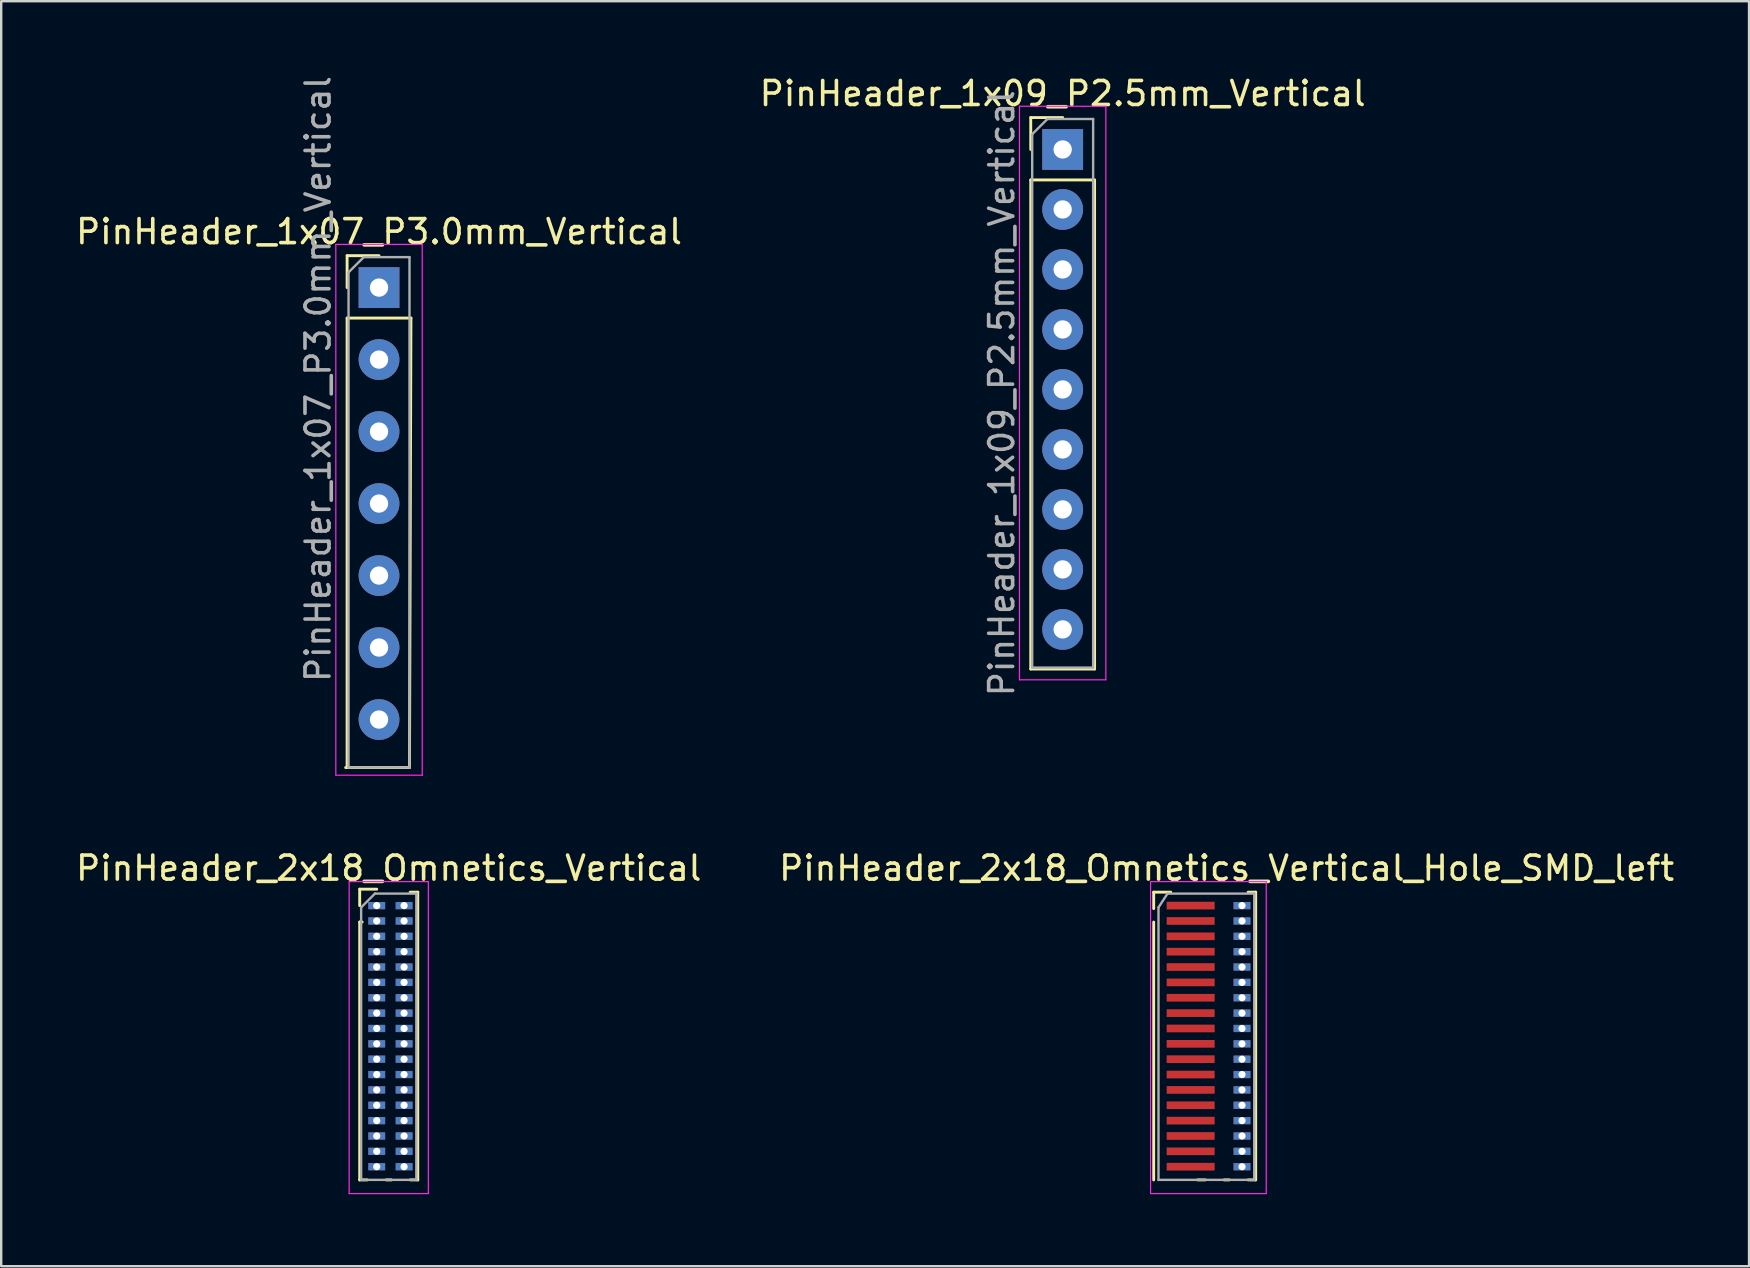
<source format=kicad_pcb>
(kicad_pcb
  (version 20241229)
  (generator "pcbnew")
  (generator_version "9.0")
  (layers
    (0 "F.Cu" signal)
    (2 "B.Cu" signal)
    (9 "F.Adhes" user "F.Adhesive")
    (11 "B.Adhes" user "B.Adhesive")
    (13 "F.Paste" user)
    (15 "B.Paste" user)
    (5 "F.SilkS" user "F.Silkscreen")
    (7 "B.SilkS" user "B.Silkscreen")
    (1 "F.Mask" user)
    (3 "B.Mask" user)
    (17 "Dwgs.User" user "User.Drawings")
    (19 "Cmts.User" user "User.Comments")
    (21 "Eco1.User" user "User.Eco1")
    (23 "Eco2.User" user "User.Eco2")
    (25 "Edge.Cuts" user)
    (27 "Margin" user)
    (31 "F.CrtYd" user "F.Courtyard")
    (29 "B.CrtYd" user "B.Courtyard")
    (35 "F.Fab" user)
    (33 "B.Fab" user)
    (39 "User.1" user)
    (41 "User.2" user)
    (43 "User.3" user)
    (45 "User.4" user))
  (footprint "PinHeader_2x18_Omnetics_Vertical"
    (layer "F.Cu")
    (at 12.649 34.687)
    (property "Reference" "PinHeader_2x18_Omnetics_Vertical" (at 0.5 -1.56 0) (layer "F.SilkS") (effects (font (size 1 1) (thickness 0.15))))
    (attr through_hole)
    (fp_line (start -0.71 -0.685) (end 0 -0.685) (stroke (width 0.12) (type solid)) (layer "F.SilkS"))
    (fp_line (start -0.71 0) (end -0.71 -0.685) (stroke (width 0.12) (type solid)) (layer "F.SilkS"))
    (fp_line (start -0.71 0.685) (end -0.71 11.43) (stroke (width 0.12) (type solid)) (layer "F.SilkS"))
    (fp_line (start -0.71 0.685) (end -0.608 0.685) (stroke (width 0.12) (type solid)) (layer "F.SilkS"))
    (fp_line (start -0.71 11.43) (end -0.394 11.43) (stroke (width 0.12) (type solid)) (layer "F.SilkS"))
    (fp_line (start 0.394 11.43) (end 0.606 11.43) (stroke (width 0.12) (type solid)) (layer "F.SilkS"))
    (fp_line (start 1.394 -0.56) (end 1.71 -0.56) (stroke (width 0.12) (type solid)) (layer "F.SilkS"))
    (fp_line (start 1.394 11.43) (end 1.71 11.43) (stroke (width 0.12) (type solid)) (layer "F.SilkS"))
    (fp_line (start 1.71 -0.56) (end 1.71 11.43) (stroke (width 0.12) (type solid)) (layer "F.SilkS"))
    (fp_line (start -1.15 -1) (end -1.15 12) (stroke (width 0.05) (type solid)) (layer "F.CrtYd"))
    (fp_line (start -1.15 12) (end 2.15 12) (stroke (width 0.05) (type solid)) (layer "F.CrtYd"))
    (fp_line (start 2.15 -1) (end -1.15 -1) (stroke (width 0.05) (type solid)) (layer "F.CrtYd"))
    (fp_line (start 2.15 12) (end 2.15 -1) (stroke (width 0.05) (type solid)) (layer "F.CrtYd"))
    (fp_line (start -0.65 0.075) (end -0.075 -0.5) (stroke (width 0.1) (type solid)) (layer "F.Fab"))
    (fp_line (start -0.65 11.43) (end -0.65 0.075) (stroke (width 0.1) (type solid)) (layer "F.Fab"))
    (fp_line (start -0.075 -0.5) (end 1.65 -0.5) (stroke (width 0.1) (type solid)) (layer "F.Fab"))
    (fp_line (start 1.65 -0.5) (end 1.65 11.43) (stroke (width 0.1) (type solid)) (layer "F.Fab"))
    (fp_line (start 1.65 11.43) (end -0.65 11.43) (stroke (width 0.1) (type solid)) (layer "F.Fab"))
    (pad "1" thru_hole rect (at 1.14 0) (size 0.7 0.3) (drill 0.3) (layers "*.Cu" "*.Mask"))
    (pad "2" thru_hole rect (at 0 0) (size 0.7 0.3) (drill 0.3) (layers "*.Cu" "*.Mask"))
    (pad "3" thru_hole rect (at 1.14 0.64) (size 0.7 0.3) (drill 0.3) (layers "*.Cu" "*.Mask"))
    (pad "4" thru_hole rect (at 0 0.64) (size 0.7 0.3) (drill 0.3) (layers "*.Cu" "*.Mask"))
    (pad "5" thru_hole rect (at 1.14 1.28) (size 0.7 0.3) (drill 0.3) (layers "*.Cu" "*.Mask"))
    (pad "6" thru_hole rect (at 0 1.28) (size 0.7 0.3) (drill 0.3) (layers "*.Cu" "*.Mask"))
    (pad "7" thru_hole rect (at 1.14 1.92) (size 0.7 0.3) (drill 0.3) (layers "*.Cu" "*.Mask"))
    (pad "8" thru_hole rect (at 0 1.92) (size 0.7 0.3) (drill 0.3) (layers "*.Cu" "*.Mask"))
    (pad "9" thru_hole rect (at 1.14 2.56) (size 0.7 0.3) (drill 0.3) (layers "*.Cu" "*.Mask"))
    (pad "10" thru_hole rect (at 0 2.56) (size 0.7 0.3) (drill 0.3) (layers "*.Cu" "*.Mask"))
    (pad "11" thru_hole rect (at 1.14 3.2) (size 0.7 0.3) (drill 0.3) (layers "*.Cu" "*.Mask"))
    (pad "12" thru_hole rect (at 0 3.2) (size 0.7 0.3) (drill 0.3) (layers "*.Cu" "*.Mask"))
    (pad "13" thru_hole rect (at 1.14 3.84) (size 0.7 0.3) (drill 0.3) (layers "*.Cu" "*.Mask"))
    (pad "14" thru_hole rect (at 0 3.84) (size 0.7 0.3) (drill 0.3) (layers "*.Cu" "*.Mask"))
    (pad "15" thru_hole rect (at 1.14 4.48) (size 0.7 0.3) (drill 0.3) (layers "*.Cu" "*.Mask"))
    (pad "16" thru_hole rect (at 0 4.48) (size 0.7 0.3) (drill 0.3) (layers "*.Cu" "*.Mask"))
    (pad "17" thru_hole rect (at 1.14 5.12) (size 0.7 0.3) (drill 0.3) (layers "*.Cu" "*.Mask"))
    (pad "18" thru_hole rect (at 0 5.12) (size 0.7 0.3) (drill 0.3) (layers "*.Cu" "*.Mask"))
    (pad "19" thru_hole rect (at 1.14 5.76) (size 0.7 0.3) (drill 0.3) (layers "*.Cu" "*.Mask"))
    (pad "20" thru_hole rect (at 0 5.76) (size 0.7 0.3) (drill 0.3) (layers "*.Cu" "*.Mask"))
    (pad "21" thru_hole rect (at 1.14 6.4) (size 0.7 0.3) (drill 0.3) (layers "*.Cu" "*.Mask"))
    (pad "22" thru_hole rect (at 0 6.4) (size 0.7 0.3) (drill 0.3) (layers "*.Cu" "*.Mask"))
    (pad "23" thru_hole rect (at 1.14 7.04) (size 0.7 0.3) (drill 0.3) (layers "*.Cu" "*.Mask"))
    (pad "24" thru_hole rect (at 0 7.04) (size 0.7 0.3) (drill 0.3) (layers "*.Cu" "*.Mask"))
    (pad "25" thru_hole rect (at 1.14 7.68) (size 0.7 0.3) (drill 0.3) (layers "*.Cu" "*.Mask"))
    (pad "26" thru_hole rect (at 0 7.68) (size 0.7 0.3) (drill 0.3) (layers "*.Cu" "*.Mask"))
    (pad "27" thru_hole rect (at 1.14 8.32) (size 0.7 0.3) (drill 0.3) (layers "*.Cu" "*.Mask"))
    (pad "28" thru_hole rect (at 0 8.32) (size 0.7 0.3) (drill 0.3) (layers "*.Cu" "*.Mask"))
    (pad "29" thru_hole rect (at 1.14 8.96) (size 0.7 0.3) (drill 0.3) (layers "*.Cu" "*.Mask"))
    (pad "30" thru_hole rect (at 0 8.96) (size 0.7 0.3) (drill 0.3) (layers "*.Cu" "*.Mask"))
    (pad "31" thru_hole rect (at 1.14 9.6) (size 0.7 0.3) (drill 0.3) (layers "*.Cu" "*.Mask"))
    (pad "32" thru_hole rect (at 0 9.6) (size 0.7 0.3) (drill 0.3) (layers "*.Cu" "*.Mask"))
    (pad "33" thru_hole rect (at 1.14 10.24) (size 0.7 0.3) (drill 0.3) (layers "*.Cu" "*.Mask"))
    (pad "34" thru_hole rect (at 0 10.24) (size 0.7 0.3) (drill 0.3) (layers "*.Cu" "*.Mask"))
    (pad "35" thru_hole rect (at 1.14 10.88) (size 0.7 0.3) (drill 0.3) (layers "*.Cu" "*.Mask"))
    (pad "36" thru_hole rect (at 0 10.88) (size 0.7 0.3) (drill 0.3) (layers "*.Cu" "*.Mask")))
  (footprint "PinHeader_1x07_P3.0mm_Vertical"
    (layer "F.Cu")
    (at 12.744 8.934)
    (property "Reference" "PinHeader_1x07_P3.0mm_Vertical" (at 0 -2.33 0) (layer "F.SilkS") (effects (font (size 1 1) (thickness 0.15))))
    (attr through_hole)
    (fp_line (start -1.39 20) (end 1.27 20) (stroke (width 0.12) (type solid)) (layer "F.SilkS"))
    (fp_line (start -1.33 -1.33) (end 0 -1.33) (stroke (width 0.12) (type solid)) (layer "F.SilkS"))
    (fp_line (start -1.33 0) (end -1.33 -1.33) (stroke (width 0.12) (type solid)) (layer "F.SilkS"))
    (fp_line (start -1.33 1.27) (end -1.33 20) (stroke (width 0.12) (type solid)) (layer "F.SilkS"))
    (fp_line (start -1.33 1.27) (end 1.33 1.27) (stroke (width 0.12) (type solid)) (layer "F.SilkS"))
    (fp_line (start 1.33 1.27) (end 1.27 20) (stroke (width 0.12) (type solid)) (layer "F.SilkS"))
    (fp_line (start -1.8 -1.8) (end -1.8 20.32) (stroke (width 0.05) (type solid)) (layer "F.CrtYd"))
    (fp_line (start -1.8 20.32) (end 1.8 20.32) (stroke (width 0.05) (type solid)) (layer "F.CrtYd"))
    (fp_line (start 1.8 -1.8) (end -1.8 -1.8) (stroke (width 0.05) (type solid)) (layer "F.CrtYd"))
    (fp_line (start 1.8 20.32) (end 1.8 -1.8) (stroke (width 0.05) (type solid)) (layer "F.CrtYd"))
    (fp_line (start -1.27 -0.635) (end -0.635 -1.27) (stroke (width 0.1) (type solid)) (layer "F.Fab"))
    (fp_line (start -1.27 20) (end -1.27 -0.635) (stroke (width 0.1) (type solid)) (layer "F.Fab"))
    (fp_line (start -0.635 -1.27) (end 1.27 -1.27) (stroke (width 0.1) (type solid)) (layer "F.Fab"))
    (fp_line (start 1.27 -1.27) (end 1.27 20) (stroke (width 0.1) (type solid)) (layer "F.Fab"))
    (fp_line (start 1.27 20) (end -1.27 20) (stroke (width 0.1) (type solid)) (layer "F.Fab"))
    (fp_text user "${REFERENCE}" (at -2.54 3.81 90) (layer "F.Fab") (effects (font (size 1 1) (thickness 0.15))))
    (pad "1" thru_hole rect (at 0 0) (size 1.7 1.7) (drill 0.762) (layers "*.Cu" "*.Mask"))
    (pad "2" thru_hole oval (at 0 3) (size 1.7 1.7) (drill 0.762) (layers "*.Cu" "*.Mask"))
    (pad "3" thru_hole oval (at 0 6) (size 1.7 1.7) (drill 0.762) (layers "*.Cu" "*.Mask"))
    (pad "4" thru_hole oval (at 0 9) (size 1.7 1.7) (drill 0.762) (layers "*.Cu" "*.Mask"))
    (pad "5" thru_hole oval (at 0 12) (size 1.7 1.7) (drill 0.762) (layers "*.Cu" "*.Mask"))
    (pad "6" thru_hole oval (at 0 15) (size 1.7 1.7) (drill 0.762) (layers "*.Cu" "*.Mask"))
    (pad "7" thru_hole oval (at 0 18) (size 1.7 1.7) (drill 0.762) (layers "*.Cu" "*.Mask")))
  (footprint "PinHeader_2x18_Omnetics_Vertical_Hole_SMD_left"
    (layer "F.Cu")
    (at 47.565 34.687)
    (property "Reference" "PinHeader_2x18_Omnetics_Vertical_Hole_SMD_left" (at 0.5 -1.56 0) (layer "F.SilkS") (effects (font (size 1 1) (thickness 0.15))))
    (attr through_hole)
    (fp_line (start -2.54 -0.56) (end -1.83 -0.56) (stroke (width 0.12) (type solid)) (layer "F.SilkS"))
    (fp_line (start -2.54 0.125) (end -2.54 -0.56) (stroke (width 0.12) (type solid)) (layer "F.SilkS"))
    (fp_line (start -2.54 0.685) (end -2.54 11.43) (stroke (width 0.12) (type solid)) (layer "F.SilkS"))
    (fp_line (start -0.71 11.43) (end -0.394 11.43) (stroke (width 0.12) (type solid)) (layer "F.SilkS"))
    (fp_line (start 0.394 11.43) (end 0.606 11.43) (stroke (width 0.12) (type solid)) (layer "F.SilkS"))
    (fp_line (start 1.394 -0.56) (end 1.71 -0.56) (stroke (width 0.12) (type solid)) (layer "F.SilkS"))
    (fp_line (start 1.394 11.43) (end 1.71 11.43) (stroke (width 0.12) (type solid)) (layer "F.SilkS"))
    (fp_line (start 1.71 -0.56) (end 1.71 11.43) (stroke (width 0.12) (type solid)) (layer "F.SilkS"))
    (fp_line (start -2.67 -1) (end -2.67 12) (stroke (width 0.05) (type solid)) (layer "F.CrtYd"))
    (fp_line (start -2.67 12) (end 2.15 12) (stroke (width 0.05) (type solid)) (layer "F.CrtYd"))
    (fp_line (start 2.15 -1) (end -2.67 -1) (stroke (width 0.05) (type solid)) (layer "F.CrtYd"))
    (fp_line (start 2.15 12) (end 2.15 -1) (stroke (width 0.05) (type solid)) (layer "F.CrtYd"))
    (fp_line (start -2.34 0.075) (end -1.965 -0.5) (stroke (width 0.1) (type solid)) (layer "F.Fab"))
    (fp_line (start -2.34 11.43) (end -2.34 0.075) (stroke (width 0.1) (type solid)) (layer "F.Fab"))
    (fp_line (start -1.965 -0.5) (end 1.65 -0.5) (stroke (width 0.1) (type solid)) (layer "F.Fab"))
    (fp_line (start 1.65 -0.5) (end 1.65 11.43) (stroke (width 0.1) (type solid)) (layer "F.Fab"))
    (fp_line (start 1.65 11.43) (end -2.34 11.43) (stroke (width 0.1) (type solid)) (layer "F.Fab"))
    (pad "1" thru_hole rect (at 1.14 0) (size 0.7 0.3) (drill 0.3) (layers "*.Cu" "*.Mask"))
    (pad "2" smd rect (at -1 0) (size 2 0.32) (layers "F.Cu" "F.Mask" "F.Paste"))
    (pad "3" thru_hole rect (at 1.14 0.64) (size 0.7 0.3) (drill 0.3) (layers "*.Cu" "*.Mask"))
    (pad "4" smd rect (at -1 0.64) (size 2 0.32) (layers "F.Cu" "F.Mask" "F.Paste"))
    (pad "5" thru_hole rect (at 1.14 1.28) (size 0.7 0.3) (drill 0.3) (layers "*.Cu" "*.Mask"))
    (pad "6" smd rect (at -1 1.28) (size 2 0.32) (layers "F.Cu" "F.Mask" "F.Paste"))
    (pad "7" thru_hole rect (at 1.14 1.92) (size 0.7 0.3) (drill 0.3) (layers "*.Cu" "*.Mask"))
    (pad "8" smd rect (at -1 1.92) (size 2 0.32) (layers "F.Cu" "F.Mask" "F.Paste"))
    (pad "9" thru_hole rect (at 1.14 2.56) (size 0.7 0.3) (drill 0.3) (layers "*.Cu" "*.Mask"))
    (pad "10" smd rect (at -1 2.56) (size 2 0.32) (layers "F.Cu" "F.Mask" "F.Paste"))
    (pad "11" thru_hole rect (at 1.14 3.2) (size 0.7 0.3) (drill 0.3) (layers "*.Cu" "*.Mask"))
    (pad "12" smd rect (at -1 3.2) (size 2 0.32) (layers "F.Cu" "F.Mask" "F.Paste"))
    (pad "13" thru_hole rect (at 1.14 3.84) (size 0.7 0.3) (drill 0.3) (layers "*.Cu" "*.Mask"))
    (pad "14" smd rect (at -1 3.84) (size 2 0.32) (layers "F.Cu" "F.Mask" "F.Paste"))
    (pad "15" thru_hole rect (at 1.14 4.48) (size 0.7 0.3) (drill 0.3) (layers "*.Cu" "*.Mask"))
    (pad "16" smd rect (at -1 4.48) (size 2 0.32) (layers "F.Cu" "F.Mask" "F.Paste"))
    (pad "17" thru_hole rect (at 1.14 5.12) (size 0.7 0.3) (drill 0.3) (layers "*.Cu" "*.Mask"))
    (pad "18" smd rect (at -1 5.12) (size 2 0.32) (layers "F.Cu" "F.Mask" "F.Paste"))
    (pad "19" thru_hole rect (at 1.14 5.76) (size 0.7 0.3) (drill 0.3) (layers "*.Cu" "*.Mask"))
    (pad "20" smd rect (at -1 5.76) (size 2 0.32) (layers "F.Cu" "F.Mask" "F.Paste"))
    (pad "21" thru_hole rect (at 1.14 6.4) (size 0.7 0.3) (drill 0.3) (layers "*.Cu" "*.Mask"))
    (pad "22" smd rect (at -1 6.4) (size 2 0.32) (layers "F.Cu" "F.Mask" "F.Paste"))
    (pad "23" thru_hole rect (at 1.14 7.04) (size 0.7 0.3) (drill 0.3) (layers "*.Cu" "*.Mask"))
    (pad "24" smd rect (at -1 7.04) (size 2 0.32) (layers "F.Cu" "F.Mask" "F.Paste"))
    (pad "25" thru_hole rect (at 1.14 7.68) (size 0.7 0.3) (drill 0.3) (layers "*.Cu" "*.Mask"))
    (pad "26" smd rect (at -1 7.68) (size 2 0.32) (layers "F.Cu" "F.Mask" "F.Paste"))
    (pad "27" thru_hole rect (at 1.14 8.32) (size 0.7 0.3) (drill 0.3) (layers "*.Cu" "*.Mask"))
    (pad "28" smd rect (at -1 8.32) (size 2 0.32) (layers "F.Cu" "F.Mask" "F.Paste"))
    (pad "29" thru_hole rect (at 1.14 8.96) (size 0.7 0.3) (drill 0.3) (layers "*.Cu" "*.Mask"))
    (pad "30" smd rect (at -1 8.96) (size 2 0.32) (layers "F.Cu" "F.Mask" "F.Paste"))
    (pad "31" thru_hole rect (at 1.14 9.6) (size 0.7 0.3) (drill 0.3) (layers "*.Cu" "*.Mask"))
    (pad "32" smd rect (at -1 9.6) (size 2 0.32) (layers "F.Cu" "F.Mask" "F.Paste"))
    (pad "33" thru_hole rect (at 1.14 10.24) (size 0.7 0.3) (drill 0.3) (layers "*.Cu" "*.Mask"))
    (pad "34" smd rect (at -1 10.24) (size 2 0.32) (layers "F.Cu" "F.Mask" "F.Paste"))
    (pad "35" thru_hole rect (at 1.14 10.88) (size 0.7 0.3) (drill 0.3) (layers "*.Cu" "*.Mask"))
    (pad "36" smd rect (at -1 10.88) (size 2 0.32) (layers "F.Cu" "F.Mask" "F.Paste")))
  (footprint "PinHeader_1x09_P2.5mm_Vertical"
    (layer "F.Cu")
    (at 41.232 3.178)
    (property "Reference" "PinHeader_1x09_P2.5mm_Vertical" (at 0 -2.33 0) (layer "F.SilkS") (effects (font (size 1 1) (thickness 0.15))))
    (attr through_hole)
    (fp_line (start -1.33 -1.33) (end 0 -1.33) (stroke (width 0.12) (type solid)) (layer "F.SilkS"))
    (fp_line (start -1.33 0) (end -1.33 -1.33) (stroke (width 0.12) (type solid)) (layer "F.SilkS"))
    (fp_line (start -1.33 1.27) (end -1.33 21.65) (stroke (width 0.12) (type solid)) (layer "F.SilkS"))
    (fp_line (start -1.33 1.27) (end 1.33 1.27) (stroke (width 0.12) (type solid)) (layer "F.SilkS"))
    (fp_line (start -1.33 21.65) (end 1.33 21.65) (stroke (width 0.12) (type solid)) (layer "F.SilkS"))
    (fp_line (start 1.33 1.27) (end 1.33 21.65) (stroke (width 0.12) (type solid)) (layer "F.SilkS"))
    (fp_line (start -1.8 -1.8) (end -1.8 22.1) (stroke (width 0.05) (type solid)) (layer "F.CrtYd"))
    (fp_line (start -1.8 22.1) (end 1.8 22.1) (stroke (width 0.05) (type solid)) (layer "F.CrtYd"))
    (fp_line (start 1.8 -1.8) (end -1.8 -1.8) (stroke (width 0.05) (type solid)) (layer "F.CrtYd"))
    (fp_line (start 1.8 22.1) (end 1.8 -1.8) (stroke (width 0.05) (type solid)) (layer "F.CrtYd"))
    (fp_line (start -1.27 -0.635) (end -0.635 -1.27) (stroke (width 0.1) (type solid)) (layer "F.Fab"))
    (fp_line (start -1.27 21.59) (end -1.27 -0.635) (stroke (width 0.1) (type solid)) (layer "F.Fab"))
    (fp_line (start -0.635 -1.27) (end 1.27 -1.27) (stroke (width 0.1) (type solid)) (layer "F.Fab"))
    (fp_line (start 1.27 -1.27) (end 1.27 21.59) (stroke (width 0.1) (type solid)) (layer "F.Fab"))
    (fp_line (start 1.27 21.59) (end -1.27 21.59) (stroke (width 0.1) (type solid)) (layer "F.Fab"))
    (fp_text user "${REFERENCE}" (at -2.54 10.16 90) (layer "F.Fab") (effects (font (size 1 1) (thickness 0.15))))
    (pad "1" thru_hole rect (at 0 0) (size 1.7 1.7) (drill 0.762) (layers "*.Cu" "*.Mask"))
    (pad "2" thru_hole oval (at 0 2.5) (size 1.7 1.7) (drill 0.762) (layers "*.Cu" "*.Mask"))
    (pad "3" thru_hole oval (at 0 5) (size 1.7 1.7) (drill 0.762) (layers "*.Cu" "*.Mask"))
    (pad "4" thru_hole oval (at 0 7.5) (size 1.7 1.7) (drill 0.762) (layers "*.Cu" "*.Mask"))
    (pad "5" thru_hole oval (at 0 10) (size 1.7 1.7) (drill 0.762) (layers "*.Cu" "*.Mask"))
    (pad "6" thru_hole oval (at 0 12.5) (size 1.7 1.7) (drill 0.762) (layers "*.Cu" "*.Mask"))
    (pad "7" thru_hole oval (at 0 15) (size 1.7 1.7) (drill 0.762) (layers "*.Cu" "*.Mask"))
    (pad "8" thru_hole oval (at 0 17.5) (size 1.7 1.7) (drill 0.762) (layers "*.Cu" "*.Mask"))
    (pad "9" thru_hole oval (at 0 20) (size 1.7 1.7) (drill 0.762) (layers "*.Cu" "*.Mask")))
  (gr_rect
    (start -3 -3)
    (end 69.833 49.712)
    (stroke (width 0.1) (type default))
    (fill no)
    (layer "Edge.Cuts")))
</source>
